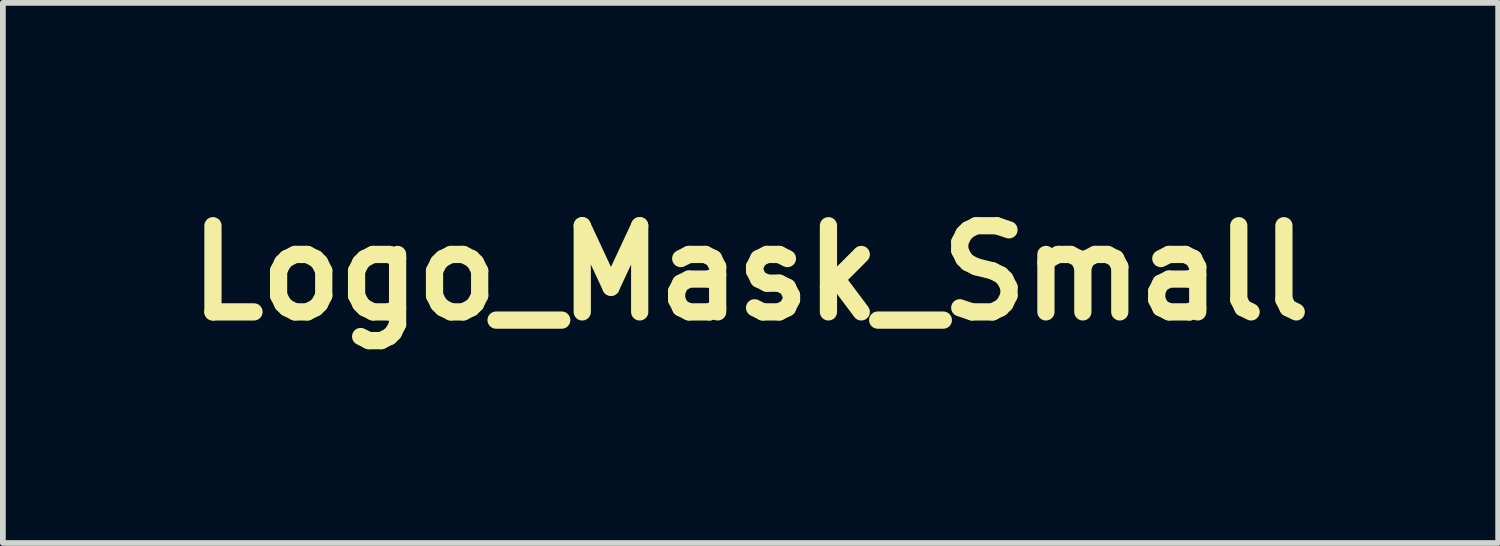
<source format=kicad_pcb>
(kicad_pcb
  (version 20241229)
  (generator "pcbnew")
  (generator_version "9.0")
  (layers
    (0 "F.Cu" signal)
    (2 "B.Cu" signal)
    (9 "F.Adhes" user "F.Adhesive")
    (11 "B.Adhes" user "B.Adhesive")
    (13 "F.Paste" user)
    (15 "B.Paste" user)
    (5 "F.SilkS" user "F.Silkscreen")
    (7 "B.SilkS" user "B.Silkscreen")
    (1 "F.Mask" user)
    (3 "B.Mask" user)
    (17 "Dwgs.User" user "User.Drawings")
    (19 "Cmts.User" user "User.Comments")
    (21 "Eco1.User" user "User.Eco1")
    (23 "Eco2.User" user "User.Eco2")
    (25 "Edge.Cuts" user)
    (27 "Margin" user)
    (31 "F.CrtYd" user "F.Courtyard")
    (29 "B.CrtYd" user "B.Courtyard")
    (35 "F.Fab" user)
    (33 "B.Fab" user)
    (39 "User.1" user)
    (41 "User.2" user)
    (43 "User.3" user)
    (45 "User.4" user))
  (footprint "Logo_Mask_Small"
    (layer "F.Cu")
    (at 10.014 1.701)
    (property "Reference" "Logo_Mask_Small" (at 0 0 0) (layer "F.SilkS") (effects (font (size 1.5 1.5) (thickness 0.3))))
    (attr board_only exclude_from_pos_files exclude_from_bom)
    (fp_poly (pts (xy 0.022 -1.699) (xy 0.035 -1.695) (xy 0.047 -1.689) (xy 0.058 -1.681) (xy 0.068 -1.671) (xy 0.076 -1.66) (xy 0.077 -1.657) (xy 0.079 -1.653) (xy 0.081 -1.649) (xy 0.082 -1.645) (xy 0.083 -1.642) (xy 0.084 -1.638) (xy 0.084 -1.633) (xy 0.085 -1.627) (xy 0.085 -1.619) (xy 0.085 -1.611) (xy 0.085 -1.6) (xy 0.085 -1.586) (xy 0.085 -1.572) (xy 0.084 -1.526) (xy 0.085 -1.483) (xy 0.088 -1.442) (xy 0.091 -1.403) (xy 0.095 -1.366) (xy 0.101 -1.331) (xy 0.108 -1.297) (xy 0.116 -1.265) (xy 0.125 -1.237) (xy 0.136 -1.206) (xy 0.148 -1.177) (xy 0.162 -1.15) (xy 0.177 -1.125) (xy 0.193 -1.102) (xy 0.211 -1.081) (xy 0.219 -1.072) (xy 0.234 -1.058) (xy 0.248 -1.045) (xy 0.262 -1.035) (xy 0.277 -1.025) (xy 0.294 -1.016) (xy 0.302 -1.012) (xy 0.323 -1.002) (xy 0.345 -0.994) (xy 0.367 -0.988) (xy 0.39 -0.984) (xy 0.415 -0.981) (xy 0.441 -0.98) (xy 0.446 -0.98) (xy 0.466 -0.981) (xy 0.483 -0.981) (xy 0.498 -0.983) (xy 0.513 -0.985) (xy 0.527 -0.987) (xy 0.541 -0.991) (xy 0.556 -0.996) (xy 0.56 -0.997) (xy 0.601 -1.009) (xy 0.643 -1.019) (xy 0.684 -1.026) (xy 0.724 -1.031) (xy 0.765 -1.034) (xy 0.805 -1.034) (xy 0.844 -1.031) (xy 0.883 -1.026) (xy 0.921 -1.019) (xy 0.958 -1.009) (xy 0.994 -0.996) (xy 1.028 -0.982) (xy 1.039 -0.976) (xy 1.069 -0.96) (xy 1.097 -0.943) (xy 1.124 -0.923) (xy 1.15 -0.902) (xy 1.176 -0.878) (xy 1.183 -0.872) (xy 1.197 -0.857) (xy 1.21 -0.844) (xy 1.221 -0.83) (xy 1.233 -0.816) (xy 1.244 -0.801) (xy 1.248 -0.796) (xy 1.273 -0.76) (xy 1.297 -0.722) (xy 1.319 -0.682) (xy 1.34 -0.638) (xy 1.36 -0.593) (xy 1.378 -0.545) (xy 1.395 -0.495) (xy 1.411 -0.442) (xy 1.425 -0.387) (xy 1.438 -0.33) (xy 1.449 -0.27) (xy 1.459 -0.208) (xy 1.468 -0.144) (xy 1.475 -0.078) (xy 1.478 -0.046) (xy 1.479 -0.032) (xy 1.481 -0.018) (xy 1.482 -0.004) (xy 1.483 0.01) (xy 1.484 0.025) (xy 1.485 0.039) (xy 1.485 0.055) (xy 1.486 0.071) (xy 1.487 0.088) (xy 1.488 0.106) (xy 1.489 0.126) (xy 1.489 0.147) (xy 1.49 0.171) (xy 1.491 0.196) (xy 1.492 0.223) (xy 1.493 0.253) (xy 1.494 0.285) (xy 1.494 0.293) (xy 1.495 0.333) (xy 1.496 0.375) (xy 1.497 0.418) (xy 1.497 0.462) (xy 1.498 0.507) (xy 1.498 0.553) (xy 1.499 0.599) (xy 1.499 0.645) (xy 1.499 0.691) (xy 1.499 0.736) (xy 1.499 0.781) (xy 1.499 0.824) (xy 1.499 0.866) (xy 1.498 0.907) (xy 1.498 0.945) (xy 1.497 0.981) (xy 1.496 1.015) (xy 1.496 1.023) (xy 1.494 1.085) (xy 1.492 1.144) (xy 1.489 1.2) (xy 1.486 1.254) (xy 1.483 1.305) (xy 1.48 1.353) (xy 1.476 1.399) (xy 1.472 1.442) (xy 1.467 1.482) (xy 1.462 1.52) (xy 1.457 1.556) (xy 1.452 1.589) (xy 1.447 1.615) (xy 1.444 1.627) (xy 1.442 1.637) (xy 1.44 1.645) (xy 1.438 1.651) (xy 1.435 1.657) (xy 1.433 1.662) (xy 1.429 1.667) (xy 1.421 1.677) (xy 1.41 1.686) (xy 1.399 1.693) (xy 1.386 1.698) (xy 1.372 1.701) (xy 1.359 1.701) (xy 1.353 1.701) (xy 1.34 1.697) (xy 1.329 1.693) (xy 1.328 1.692) (xy 1.324 1.689) (xy 1.318 1.685) (xy 1.309 1.68) (xy 1.299 1.673) (xy 1.287 1.665) (xy 1.273 1.656) (xy 1.257 1.646) (xy 1.24 1.634) (xy 1.221 1.621) (xy 1.2 1.608) (xy 1.178 1.593) (xy 1.155 1.577) (xy 1.13 1.561) (xy 1.104 1.544) (xy 1.077 1.526) (xy 1.049 1.507) (xy 1.02 1.488) (xy 0.99 1.468) (xy 0.959 1.447) (xy 0.928 1.426) (xy 0.896 1.404) (xy 0.863 1.383) (xy 0.856 1.378) (xy 0.823 1.356) (xy 0.791 1.335) (xy 0.759 1.313) (xy 0.728 1.293) (xy 0.698 1.273) (xy 0.669 1.253) (xy 0.64 1.234) (xy 0.613 1.216) (xy 0.587 1.198) (xy 0.562 1.182) (xy 0.538 1.166) (xy 0.515 1.151) (xy 0.494 1.137) (xy 0.475 1.124) (xy 0.457 1.112) (xy 0.441 1.101) (xy 0.426 1.091) (xy 0.413 1.083) (xy 0.403 1.076) (xy 0.394 1.07) (xy 0.387 1.066) (xy 0.382 1.063) (xy 0.38 1.061) (xy 0.38 1.061) (xy 0.366 1.055) (xy 0.351 1.049) (xy 0.335 1.045) (xy 0.331 1.045) (xy 0.324 1.043) (xy 0.318 1.043) (xy 0.31 1.043) (xy 0.3 1.043) (xy 0.297 1.043) (xy 0.282 1.044) (xy 0.269 1.045) (xy 0.257 1.048) (xy 0.245 1.052) (xy 0.232 1.058) (xy 0.219 1.065) (xy 0.207 1.071) (xy 0.144 1.109) (xy 0.083 1.145) (xy 0.023 1.18) (xy -0.036 1.214) (xy -0.093 1.247) (xy -0.149 1.278) (xy -0.204 1.309) (xy -0.257 1.338) (xy -0.308 1.366) (xy -0.358 1.393) (xy -0.406 1.418) (xy -0.452 1.442) (xy -0.497 1.465) (xy -0.539 1.486) (xy -0.579 1.506) (xy -0.618 1.524) (xy -0.654 1.54) (xy -0.668 1.547) (xy -0.687 1.555) (xy -0.705 1.563) (xy -0.723 1.57) (xy -0.741 1.577) (xy -0.758 1.584) (xy -0.774 1.59) (xy -0.789 1.595) (xy -0.802 1.599) (xy -0.813 1.603) (xy -0.822 1.605) (xy -0.828 1.606) (xy -0.835 1.607) (xy -0.842 1.608) (xy -0.848 1.607) (xy -0.855 1.606) (xy -0.863 1.604) (xy -0.871 1.6) (xy -0.881 1.596) (xy -0.892 1.591) (xy -0.905 1.584) (xy -0.92 1.576) (xy -0.923 1.574) (xy -0.977 1.543) (xy -1.03 1.509) (xy -1.081 1.473) (xy -1.132 1.435) (xy -1.141 1.427) (xy -1.176 1.398) (xy -1.211 1.368) (xy -1.243 1.337) (xy -1.275 1.305) (xy -1.305 1.273) (xy -1.334 1.241) (xy -1.36 1.209) (xy -1.385 1.176) (xy -1.408 1.144) (xy -1.429 1.112) (xy -1.447 1.081) (xy -1.464 1.05) (xy -1.477 1.02) (xy -1.48 1.013) (xy -1.487 0.994) (xy -1.493 0.977) (xy -1.496 0.962) (xy -1.498 0.949) (xy -1.498 0.936) (xy -1.497 0.925) (xy -1.493 0.914) (xy -1.488 0.904) (xy -1.481 0.894) (xy -1.474 0.886) (xy -1.47 0.882) (xy -1.465 0.876) (xy -1.458 0.869) (xy -1.451 0.861) (xy -1.443 0.853) (xy -1.435 0.844) (xy -1.434 0.844) (xy -1.39 0.797) (xy -1.345 0.749) (xy -1.301 0.701) (xy -1.257 0.652) (xy -1.213 0.604) (xy -1.171 0.556) (xy -1.131 0.51) (xy -0.705 0.51) (xy -0.705 0.52) (xy -0.702 0.53) (xy -0.697 0.539) (xy -0.695 0.543) (xy -0.69 0.547) (xy -0.684 0.551) (xy -0.681 0.553) (xy -0.676 0.555) (xy -0.672 0.556) (xy -0.668 0.557) (xy -0.663 0.557) (xy -0.66 0.557) (xy -0.653 0.556) (xy -0.647 0.555) (xy -0.644 0.554) (xy -0.642 0.553) (xy -0.638 0.55) (xy -0.633 0.546) (xy -0.625 0.541) (xy -0.615 0.534) (xy -0.604 0.526) (xy -0.591 0.517) (xy -0.576 0.507) (xy -0.56 0.496) (xy -0.543 0.484) (xy -0.525 0.472) (xy -0.505 0.458) (xy -0.485 0.444) (xy -0.464 0.429) (xy -0.442 0.414) (xy -0.419 0.399) (xy -0.415 0.396) (xy -0.192 0.241) (xy -0.069 0.274) (xy -0.047 0.279) (xy -0.028 0.285) (xy -0.011 0.289) (xy 0.003 0.293) (xy 0.016 0.296) (xy 0.027 0.299) (xy 0.036 0.301) (xy 0.044 0.303) (xy 0.05 0.304) (xy 0.055 0.305) (xy 0.059 0.306) (xy 0.063 0.306) (xy 0.066 0.306) (xy 0.068 0.306) (xy 0.07 0.306) (xy 0.072 0.305) (xy 0.073 0.305) (xy 0.075 0.304) (xy 0.079 0.302) (xy 0.085 0.299) (xy 0.093 0.294) (xy 0.103 0.289) (xy 0.115 0.283) (xy 0.127 0.276) (xy 0.141 0.268) (xy 0.156 0.26) (xy 0.172 0.251) (xy 0.188 0.242) (xy 0.189 0.241) (xy 0.205 0.232) (xy 0.221 0.223) (xy 0.236 0.215) (xy 0.249 0.207) (xy 0.262 0.201) (xy 0.273 0.194) (xy 0.282 0.189) (xy 0.29 0.185) (xy 0.296 0.182) (xy 0.3 0.18) (xy 0.302 0.179) (xy 0.302 0.179) (xy 0.303 0.179) (xy 0.307 0.181) (xy 0.313 0.184) (xy 0.32 0.187) (xy 0.33 0.192) (xy 0.341 0.197) (xy 0.354 0.203) (xy 0.367 0.21) (xy 0.382 0.217) (xy 0.398 0.224) (xy 0.414 0.232) (xy 0.431 0.24) (xy 0.448 0.248) (xy 0.465 0.256) (xy 0.482 0.264) (xy 0.498 0.272) (xy 0.515 0.28) (xy 0.53 0.287) (xy 0.545 0.294) (xy 0.558 0.301) (xy 0.571 0.307) (xy 0.581 0.312) (xy 0.591 0.316) (xy 0.598 0.32) (xy 0.603 0.322) (xy 0.607 0.324) (xy 0.608 0.325) (xy 0.608 0.326) (xy 0.607 0.33) (xy 0.606 0.336) (xy 0.605 0.345) (xy 0.604 0.356) (xy 0.603 0.368) (xy 0.601 0.382) (xy 0.599 0.397) (xy 0.597 0.413) (xy 0.594 0.43) (xy 0.593 0.439) (xy 0.59 0.461) (xy 0.588 0.481) (xy 0.585 0.497) (xy 0.583 0.512) (xy 0.582 0.525) (xy 0.581 0.535) (xy 0.58 0.545) (xy 0.579 0.552) (xy 0.579 0.558) (xy 0.578 0.563) (xy 0.579 0.568) (xy 0.579 0.571) (xy 0.579 0.574) (xy 0.58 0.576) (xy 0.581 0.578) (xy 0.582 0.58) (xy 0.585 0.586) (xy 0.59 0.591) (xy 0.596 0.596) (xy 0.604 0.6) (xy 0.612 0.604) (xy 0.615 0.606) (xy 0.62 0.608) (xy 0.628 0.612) (xy 0.638 0.616) (xy 0.65 0.622) (xy 0.663 0.628) (xy 0.679 0.635) (xy 0.696 0.643) (xy 0.715 0.652) (xy 0.734 0.661) (xy 0.756 0.67) (xy 0.778 0.681) (xy 0.801 0.691) (xy 0.825 0.702) (xy 0.85 0.714) (xy 0.875 0.725) (xy 0.88 0.728) (xy 1.131 0.843) (xy 1.132 0.86) (xy 1.132 0.874) (xy 1.134 0.886) (xy 1.137 0.897) (xy 1.141 0.908) (xy 1.144 0.913) (xy 1.153 0.928) (xy 1.164 0.941) (xy 1.177 0.953) (xy 1.191 0.963) (xy 1.207 0.97) (xy 1.222 0.975) (xy 1.231 0.976) (xy 1.241 0.977) (xy 1.253 0.976) (xy 1.263 0.976) (xy 1.273 0.974) (xy 1.274 0.974) (xy 1.291 0.968) (xy 1.307 0.961) (xy 1.321 0.951) (xy 1.334 0.939) (xy 1.344 0.925) (xy 1.353 0.909) (xy 1.359 0.893) (xy 1.36 0.887) (xy 1.362 0.876) (xy 1.363 0.864) (xy 1.363 0.851) (xy 1.361 0.838) (xy 1.359 0.828) (xy 1.358 0.826) (xy 1.351 0.809) (xy 1.342 0.794) (xy 1.33 0.78) (xy 1.317 0.769) (xy 1.302 0.759) (xy 1.299 0.758) (xy 1.287 0.752) (xy 1.275 0.748) (xy 1.263 0.746) (xy 1.249 0.746) (xy 1.247 0.746) (xy 1.23 0.747) (xy 1.213 0.75) (xy 1.197 0.756) (xy 1.184 0.764) (xy 1.177 0.768) (xy 0.923 0.652) (xy 0.898 0.64) (xy 0.874 0.629) (xy 0.85 0.618) (xy 0.827 0.608) (xy 0.805 0.598) (xy 0.785 0.588) (xy 0.765 0.579) (xy 0.747 0.571) (xy 0.731 0.564) (xy 0.716 0.557) (xy 0.703 0.551) (xy 0.692 0.546) (xy 0.683 0.541) (xy 0.676 0.538) (xy 0.671 0.536) (xy 0.669 0.535) (xy 0.669 0.535) (xy 0.669 0.533) (xy 0.669 0.529) (xy 0.67 0.523) (xy 0.671 0.514) (xy 0.672 0.504) (xy 0.674 0.491) (xy 0.676 0.477) (xy 0.678 0.462) (xy 0.68 0.446) (xy 0.682 0.429) (xy 0.684 0.416) (xy 0.687 0.395) (xy 0.689 0.376) (xy 0.691 0.36) (xy 0.693 0.345) (xy 0.695 0.333) (xy 0.696 0.323) (xy 0.697 0.314) (xy 0.698 0.307) (xy 0.698 0.301) (xy 0.698 0.296) (xy 0.698 0.292) (xy 0.698 0.289) (xy 0.697 0.286) (xy 0.696 0.284) (xy 0.695 0.282) (xy 0.694 0.28) (xy 0.693 0.277) (xy 0.692 0.277) (xy 0.689 0.272) (xy 0.685 0.268) (xy 0.683 0.266) (xy 0.681 0.265) (xy 0.677 0.263) (xy 0.67 0.259) (xy 0.662 0.255) (xy 0.651 0.25) (xy 0.639 0.244) (xy 0.625 0.237) (xy 0.61 0.23) (xy 0.593 0.222) (xy 0.575 0.213) (xy 0.556 0.204) (xy 0.536 0.194) (xy 0.515 0.184) (xy 0.495 0.175) (xy 0.47 0.163) (xy 0.448 0.152) (xy 0.427 0.142) (xy 0.409 0.134) (xy 0.393 0.126) (xy 0.378 0.119) (xy 0.366 0.113) (xy 0.355 0.108) (xy 0.345 0.103) (xy 0.337 0.1) (xy 0.33 0.097) (xy 0.325 0.094) (xy 0.32 0.092) (xy 0.316 0.09) (xy 0.313 0.089) (xy 0.31 0.088) (xy 0.308 0.088) (xy 0.307 0.087) (xy 0.305 0.087) (xy 0.304 0.087) (xy 0.303 0.087) (xy 0.294 0.087) (xy 0.287 0.089) (xy 0.287 0.089) (xy 0.284 0.089) (xy 0.28 0.092) (xy 0.274 0.095) (xy 0.265 0.1) (xy 0.255 0.105) (xy 0.244 0.112) (xy 0.231 0.119) (xy 0.217 0.126) (xy 0.202 0.135) (xy 0.186 0.144) (xy 0.17 0.153) (xy 0.168 0.154) (xy 0.055 0.217) (xy -0.191 0.151) (xy -0.223 0.143) (xy -0.253 0.135) (xy -0.28 0.127) (xy -0.306 0.121) (xy -0.33 0.114) (xy -0.352 0.109) (xy -0.372 0.103) (xy -0.389 0.099) (xy -0.404 0.095) (xy -0.417 0.092) (xy -0.428 0.089) (xy -0.436 0.087) (xy -0.441 0.086) (xy -0.444 0.085) (xy -0.444 0.085) (xy -0.453 0.087) (xy -0.462 0.09) (xy -0.47 0.095) (xy -0.473 0.098) (xy -0.474 0.099) (xy -0.476 0.101) (xy -0.478 0.104) (xy -0.48 0.108) (xy -0.484 0.113) (xy -0.487 0.12) (xy -0.492 0.128) (xy -0.497 0.137) (xy -0.504 0.147) (xy -0.511 0.16) (xy -0.519 0.174) (xy -0.528 0.19) (xy -0.538 0.207) (xy -0.549 0.227) (xy -0.562 0.249) (xy -0.575 0.273) (xy -0.59 0.3) (xy -0.603 0.322) (xy -0.615 0.343) (xy -0.626 0.363) (xy -0.637 0.383) (xy -0.648 0.401) (xy -0.657 0.418) (xy -0.666 0.434) (xy -0.675 0.449) (xy -0.682 0.462) (xy -0.688 0.474) (xy -0.694 0.483) (xy -0.698 0.491) (xy -0.701 0.497) (xy -0.703 0.5) (xy -0.703 0.501) (xy -0.705 0.51) (xy -1.131 0.51) (xy -1.131 0.51) (xy -1.092 0.464) (xy -1.083 0.454) (xy -1.042 0.405) (xy -1.003 0.357) (xy -0.965 0.311) (xy -0.93 0.266) (xy -0.896 0.222) (xy -0.865 0.18) (xy -0.835 0.139) (xy -0.807 0.099) (xy -0.782 0.061) (xy -0.758 0.025) (xy -0.737 -0.01) (xy -0.718 -0.043) (xy -0.701 -0.074) (xy -0.696 -0.083) (xy -0.688 -0.099) (xy -0.682 -0.113) (xy -0.676 -0.125) (xy -0.672 -0.136) (xy -0.669 -0.145) (xy -0.666 -0.154) (xy -0.664 -0.163) (xy -0.663 -0.172) (xy -0.662 -0.182) (xy -0.662 -0.185) (xy -0.662 -0.204) (xy -0.664 -0.222) (xy -0.668 -0.238) (xy -0.674 -0.255) (xy -0.679 -0.267) (xy -0.69 -0.285) (xy -0.703 -0.302) (xy -0.718 -0.317) (xy -0.734 -0.33) (xy -0.752 -0.341) (xy -0.772 -0.349) (xy -0.792 -0.355) (xy -0.804 -0.358) (xy -0.809 -0.358) (xy -0.813 -0.359) (xy -0.818 -0.359) (xy -0.823 -0.359) (xy -0.829 -0.359) (xy -0.837 -0.359) (xy -0.846 -0.359) (xy -0.858 -0.358) (xy -0.864 -0.358) (xy -0.904 -0.357) (xy -0.941 -0.358) (xy -0.977 -0.36) (xy -1.012 -0.363) (xy -1.045 -0.368) (xy -1.068 -0.373) (xy -1.102 -0.382) (xy -1.134 -0.392) (xy -1.164 -0.405) (xy -1.191 -0.419) (xy -1.217 -0.435) (xy -1.24 -0.453) (xy -1.261 -0.472) (xy -1.281 -0.494) (xy -1.298 -0.517) (xy -1.313 -0.543) (xy -1.326 -0.57) (xy -1.336 -0.599) (xy -1.345 -0.629) (xy -1.35 -0.652) (xy -1.352 -0.668) (xy -1.354 -0.683) (xy -1.356 -0.698) (xy -1.357 -0.715) (xy -1.358 -0.732) (xy -1.358 -0.751) (xy -1.357 -0.783) (xy -1.355 -0.813) (xy -1.352 -0.844) (xy -1.347 -0.876) (xy -1.341 -0.909) (xy -1.334 -0.944) (xy -1.332 -0.951) (xy -1.32 -0.998) (xy -1.305 -1.045) (xy -1.288 -1.093) (xy -1.269 -1.141) (xy -1.249 -1.189) (xy -1.226 -1.237) (xy -1.202 -1.284) (xy -1.176 -1.331) (xy -1.149 -1.376) (xy -1.121 -1.421) (xy -1.092 -1.464) (xy -1.062 -1.505) (xy -1.03 -1.544) (xy -0.999 -1.581) (xy -0.966 -1.615) (xy -0.957 -1.624) (xy -0.946 -1.635) (xy -0.937 -1.643) (xy -0.929 -1.65) (xy -0.922 -1.656) (xy -0.915 -1.66) (xy -0.909 -1.663) (xy -0.902 -1.666) (xy -0.896 -1.667) (xy -0.887 -1.669) (xy -0.877 -1.669) (xy -0.866 -1.668) (xy -0.857 -1.666) (xy -0.856 -1.666) (xy -0.842 -1.66) (xy -0.829 -1.652) (xy -0.819 -1.643) (xy -0.81 -1.632) (xy -0.804 -1.619) (xy -0.799 -1.606) (xy -0.798 -1.595) (xy -0.798 -1.59) (xy -0.798 -1.585) (xy -0.799 -1.579) (xy -0.8 -1.572) (xy -0.801 -1.563) (xy -0.802 -1.562) (xy -0.812 -1.51) (xy -0.821 -1.459) (xy -0.828 -1.41) (xy -0.834 -1.364) (xy -0.838 -1.319) (xy -0.841 -1.277) (xy -0.841 -1.236) (xy -0.841 -1.198) (xy -0.839 -1.163) (xy -0.835 -1.129) (xy -0.829 -1.098) (xy -0.825 -1.077) (xy -0.818 -1.055) (xy -0.811 -1.034) (xy -0.802 -1.013) (xy -0.792 -0.995) (xy -0.785 -0.984) (xy -0.778 -0.974) (xy -0.769 -0.963) (xy -0.759 -0.953) (xy -0.749 -0.943) (xy -0.739 -0.935) (xy -0.739 -0.935) (xy -0.723 -0.924) (xy -0.705 -0.915) (xy -0.686 -0.908) (xy -0.665 -0.902) (xy -0.664 -0.902) (xy -0.655 -0.901) (xy -0.644 -0.9) (xy -0.632 -0.899) (xy -0.618 -0.899) (xy -0.605 -0.899) (xy -0.592 -0.9) (xy -0.581 -0.901) (xy -0.577 -0.902) (xy -0.554 -0.906) (xy -0.529 -0.912) (xy -0.504 -0.92) (xy -0.478 -0.929) (xy -0.453 -0.94) (xy -0.447 -0.942) (xy -0.442 -0.945) (xy -0.438 -0.946) (xy -0.436 -0.947) (xy -0.435 -0.947) (xy -0.435 -0.946) (xy -0.435 -0.942) (xy -0.436 -0.937) (xy -0.437 -0.93) (xy -0.438 -0.927) (xy -0.445 -0.88) (xy -0.45 -0.834) (xy -0.453 -0.789) (xy -0.454 -0.747) (xy -0.454 -0.706) (xy -0.452 -0.667) (xy -0.447 -0.63) (xy -0.441 -0.595) (xy -0.434 -0.562) (xy -0.425 -0.535) (xy -0.414 -0.505) (xy -0.4 -0.477) (xy -0.385 -0.451) (xy -0.368 -0.427) (xy -0.348 -0.405) (xy -0.327 -0.384) (xy -0.318 -0.377) (xy -0.296 -0.36) (xy -0.271 -0.344) (xy -0.244 -0.33) (xy -0.215 -0.318) (xy -0.184 -0.307) (xy -0.152 -0.298) (xy -0.117 -0.29) (xy -0.09 -0.286) (xy -0.078 -0.284) (xy -0.067 -0.282) (xy -0.056 -0.281) (xy -0.046 -0.28) (xy -0.036 -0.279) (xy -0.026 -0.279) (xy -0.014 -0.278) (xy -0.002 -0.278) (xy 0.012 -0.278) (xy 0.029 -0.278) (xy 0.047 -0.278) (xy 0.05 -0.278) (xy 0.068 -0.278) (xy 0.083 -0.278) (xy 0.097 -0.278) (xy 0.109 -0.278) (xy 0.121 -0.279) (xy 0.131 -0.279) (xy 0.142 -0.28) (xy 0.153 -0.28) (xy 0.164 -0.281) (xy 0.177 -0.282) (xy 0.19 -0.283) (xy 0.2 -0.285) (xy 0.209 -0.286) (xy 0.216 -0.287) (xy 0.221 -0.289) (xy 0.226 -0.291) (xy 0.23 -0.294) (xy 0.234 -0.298) (xy 0.234 -0.298) (xy 0.241 -0.307) (xy 0.245 -0.316) (xy 0.247 -0.326) (xy 0.246 -0.336) (xy 0.243 -0.346) (xy 0.237 -0.355) (xy 0.234 -0.358) (xy 0.23 -0.362) (xy 0.226 -0.366) (xy 0.221 -0.368) (xy 0.217 -0.37) (xy 0.211 -0.371) (xy 0.203 -0.371) (xy 0.194 -0.371) (xy 0.183 -0.37) (xy 0.171 -0.369) (xy 0.149 -0.367) (xy 0.127 -0.366) (xy 0.104 -0.365) (xy 0.081 -0.364) (xy 0.058 -0.363) (xy 0.036 -0.363) (xy 0.016 -0.363) (xy -0.003 -0.364) (xy -0.02 -0.365) (xy -0.022 -0.365) (xy -0.055 -0.368) (xy -0.086 -0.372) (xy -0.115 -0.378) (xy -0.142 -0.384) (xy -0.167 -0.392) (xy -0.19 -0.401) (xy -0.208 -0.409) (xy -0.232 -0.421) (xy -0.253 -0.436) (xy -0.273 -0.451) (xy -0.29 -0.469) (xy -0.305 -0.488) (xy -0.319 -0.509) (xy -0.329 -0.529) (xy -0.339 -0.55) (xy -0.346 -0.571) (xy -0.353 -0.593) (xy -0.358 -0.615) (xy -0.362 -0.64) (xy -0.365 -0.666) (xy -0.367 -0.694) (xy -0.368 -0.719) (xy -0.368 -0.747) (xy -0.367 -0.775) (xy -0.365 -0.804) (xy -0.363 -0.833) (xy -0.359 -0.863) (xy -0.355 -0.895) (xy -0.35 -0.928) (xy -0.343 -0.964) (xy -0.336 -1.001) (xy -0.333 -1.014) (xy -0.322 -1.063) (xy -0.311 -1.11) (xy -0.301 -1.155) (xy -0.29 -1.197) (xy -0.279 -1.236) (xy -0.268 -1.274) (xy -0.257 -1.309) (xy -0.246 -1.343) (xy -0.235 -1.375) (xy -0.223 -1.405) (xy -0.212 -1.434) (xy -0.199 -1.462) (xy -0.187 -1.488) (xy -0.186 -1.49) (xy -0.167 -1.526) (xy -0.148 -1.559) (xy -0.128 -1.589) (xy -0.107 -1.617) (xy -0.086 -1.643) (xy -0.063 -1.666) (xy -0.057 -1.672) (xy -0.047 -1.681) (xy -0.038 -1.687) (xy -0.03 -1.692) (xy -0.022 -1.696) (xy -0.013 -1.699) (xy -0.006 -1.7) (xy 0.008 -1.701)) (stroke (width 0) (type solid)) (fill yes) (layer "F.Mask")))
  (gr_rect
    (start -3 -3)
    (end 23.029 6.402)
    (stroke (width 0.1) (type default))
    (fill no)
    (layer "Edge.Cuts")))
</source>
